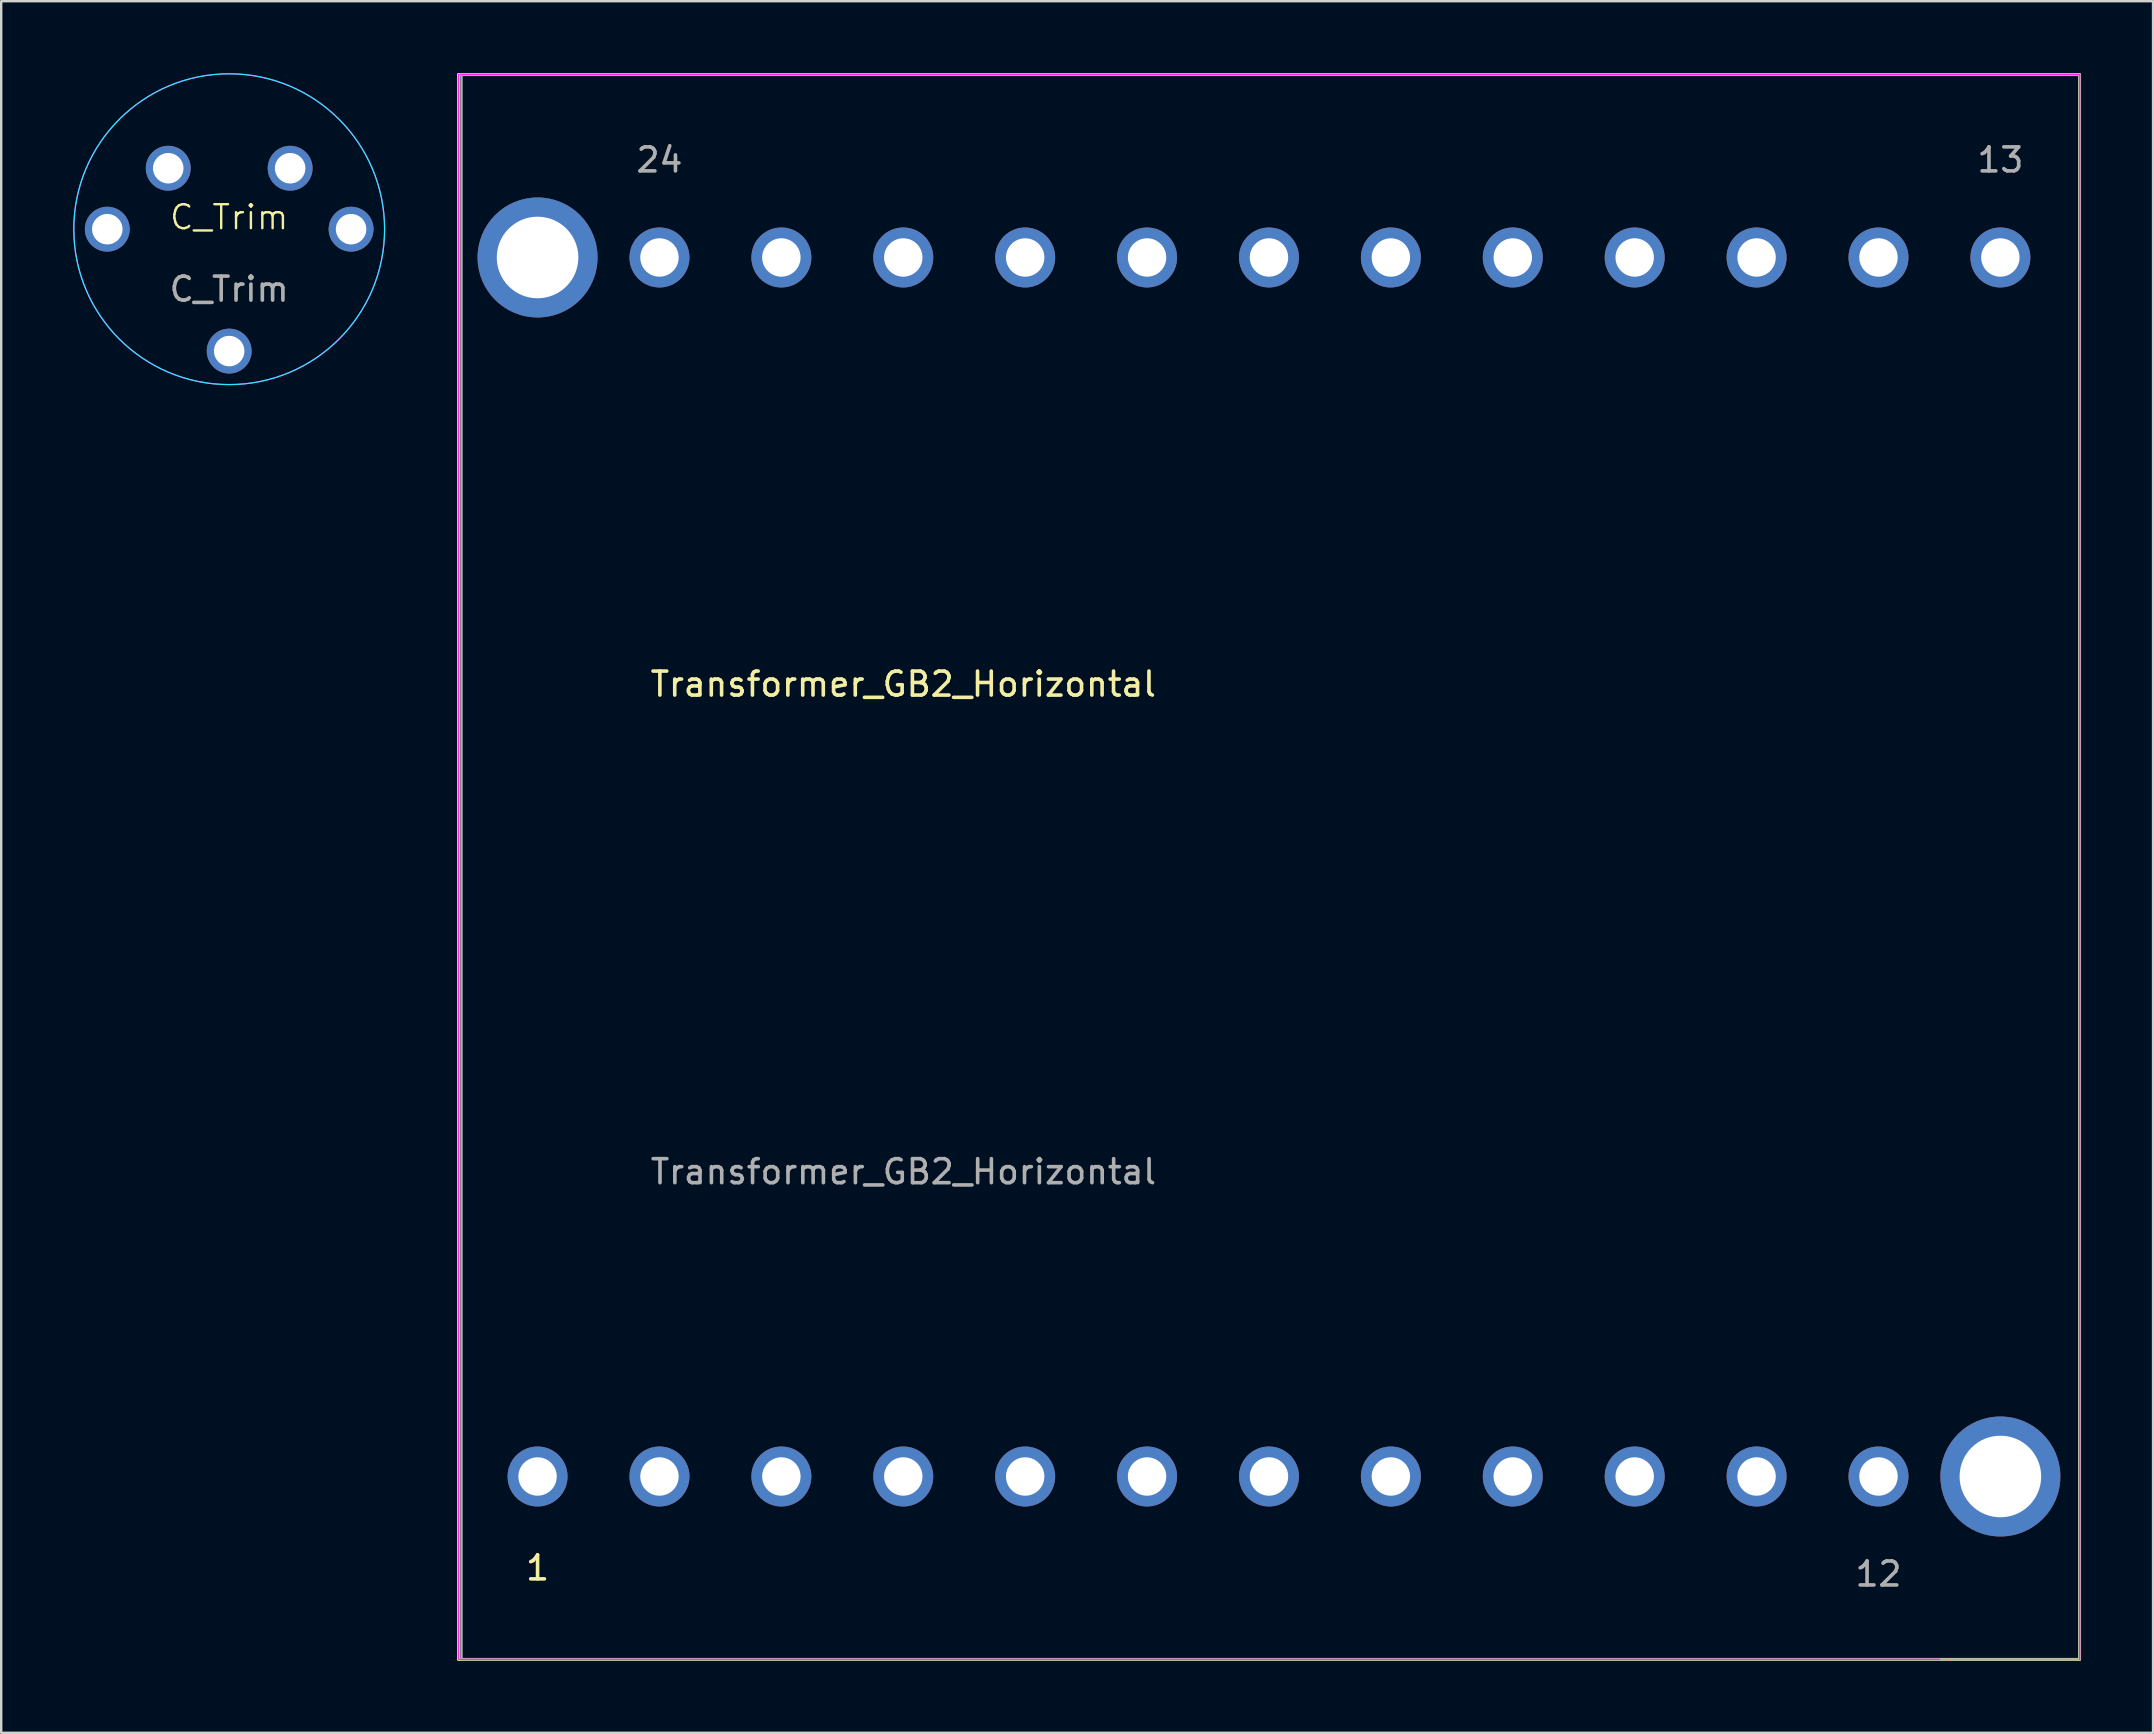
<source format=kicad_pcb>
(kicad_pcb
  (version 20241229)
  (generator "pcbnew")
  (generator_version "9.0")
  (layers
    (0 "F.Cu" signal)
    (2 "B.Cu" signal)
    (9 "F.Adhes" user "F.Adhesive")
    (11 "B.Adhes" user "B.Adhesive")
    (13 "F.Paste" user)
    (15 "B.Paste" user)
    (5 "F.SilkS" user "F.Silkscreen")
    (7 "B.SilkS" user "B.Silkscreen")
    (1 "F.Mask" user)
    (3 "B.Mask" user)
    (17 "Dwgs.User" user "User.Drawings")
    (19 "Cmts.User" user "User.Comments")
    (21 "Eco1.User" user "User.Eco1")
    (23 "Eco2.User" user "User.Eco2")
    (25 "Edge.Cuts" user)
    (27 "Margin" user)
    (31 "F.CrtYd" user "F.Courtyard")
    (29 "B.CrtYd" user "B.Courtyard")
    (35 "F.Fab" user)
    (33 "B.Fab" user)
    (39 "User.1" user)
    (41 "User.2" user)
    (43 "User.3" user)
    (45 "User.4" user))
  (footprint "Transformer_GB2_Horizontal"
    (layer "F.Cu")
    (at 19.352 58.48)
    (property "Reference" "Transformer_GB2_Horizontal" (at 15.24 -33.02 0) (layer "F.SilkS") (effects (font (size 1 1) (thickness 0.15))))
    (attr through_hole)
    (fp_line (start -3.29 -58.42) (end -3.29 7.62) (stroke (width 0.12) (type solid)) (layer "F.SilkS"))
    (fp_line (start -3.29 -58.42) (end 64.262 -58.42) (stroke (width 0.12) (type solid)) (layer "F.SilkS"))
    (fp_line (start 64.262 7.62) (end -3.29 7.62) (stroke (width 0.12) (type solid)) (layer "F.SilkS"))
    (fp_line (start 64.262 7.62) (end 64.262 -58.42) (stroke (width 0.12) (type solid)) (layer "F.SilkS"))
    (fp_line (start -3.29 -58.42) (end -3.29 7.62) (stroke (width 0.05) (type solid)) (layer "F.CrtYd"))
    (fp_line (start -3.29 -58.42) (end 64.262 -58.42) (stroke (width 0.05) (type solid)) (layer "F.CrtYd"))
    (fp_line (start 58.42 7.62) (end -3.29 7.62) (stroke (width 0.05) (type solid)) (layer "F.CrtYd"))
    (fp_line (start 64.262 7.62) (end 64.262 -58.42) (stroke (width 0.05) (type solid)) (layer "F.CrtYd"))
    (fp_line (start -3.17 -58.42) (end 64.262 -58.42) (stroke (width 0.1) (type solid)) (layer "F.Fab"))
    (fp_line (start -3.17 7.62) (end -3.17 -58.42) (stroke (width 0.1) (type solid)) (layer "F.Fab"))
    (fp_line (start 64.262 -58.42) (end 64.262 7.62) (stroke (width 0.1) (type solid)) (layer "F.Fab"))
    (fp_line (start 64.262 7.62) (end -3.17 7.62) (stroke (width 0.1) (type solid)) (layer "F.Fab"))
    (fp_text user "1" (at 0 3.81 0) (layer "F.SilkS") (effects (font (size 1 1) (thickness 0.15))))
    (fp_text user "24" (at 5.08 -54.864 0) (layer "F.Fab") (effects (font (size 1 1) (thickness 0.15))))
    (fp_text user "13" (at 60.96 -54.864 0) (layer "F.Fab") (effects (font (size 1 1) (thickness 0.15))))
    (fp_text user "${REFERENCE}" (at 15.245 -12.7 0) (layer "F.Fab") (effects (font (size 1 1) (thickness 0.15))))
    (fp_text user "12" (at 55.88 4.064 0) (layer "F.Fab") (effects (font (size 1 1) (thickness 0.15))))
    (pad "" np_thru_hole circle (at 0 -50.8) (size 5 5) (drill 3.4) (layers "*.Cu" "*.Mask"))
    (pad "" thru_hole circle (at 45.72 -50.8) (size 2.5 2.5) (drill 1.6) (layers "*.Cu" "*.Mask"))
    (pad "" thru_hole circle (at 50.8 -50.8) (size 2.5 2.5) (drill 1.6) (layers "*.Cu" "*.Mask"))
    (pad "" np_thru_hole circle (at 60.96 0) (size 5 5) (drill 3.4) (layers "*.Cu" "*.Mask"))
    (pad "1" thru_hole circle (at 0 0) (size 2.5 2.5) (drill 1.6) (layers "*.Cu" "*.Mask"))
    (pad "1" thru_hole circle (at 5.08 0) (size 2.5 2.5) (drill 1.6) (layers "*.Cu" "*.Mask"))
    (pad "1" thru_hole circle (at 10.16 0) (size 2.5 2.5) (drill 1.6) (layers "*.Cu" "*.Mask"))
    (pad "1" thru_hole circle (at 15.24 0) (size 2.5 2.5) (drill 1.6) (layers "*.Cu" "*.Mask"))
    (pad "1" thru_hole circle (at 20.32 0) (size 2.5 2.5) (drill 1.6) (layers "*.Cu" "*.Mask"))
    (pad "1" thru_hole circle (at 25.4 0) (size 2.5 2.5) (drill 1.6) (layers "*.Cu" "*.Mask"))
    (pad "2" thru_hole circle (at 30.48 0) (size 2.5 2.5) (drill 1.6) (layers "*.Cu" "*.Mask"))
    (pad "2" thru_hole circle (at 35.56 0) (size 2.5 2.5) (drill 1.6) (layers "*.Cu" "*.Mask"))
    (pad "2" thru_hole circle (at 40.64 0) (size 2.5 2.5) (drill 1.6) (layers "*.Cu" "*.Mask"))
    (pad "2" thru_hole circle (at 45.72 0) (size 2.5 2.5) (drill 1.6) (layers "*.Cu" "*.Mask"))
    (pad "2" thru_hole circle (at 50.8 0) (size 2.5 2.5) (drill 1.6) (layers "*.Cu" "*.Mask"))
    (pad "2" thru_hole circle (at 55.88 0) (size 2.5 2.5) (drill 1.6) (layers "*.Cu" "*.Mask"))
    (pad "3" thru_hole circle (at 5.08 -50.8) (size 2.5 2.5) (drill 1.6) (layers "*.Cu" "*.Mask"))
    (pad "3" thru_hole circle (at 10.16 -50.8) (size 2.5 2.5) (drill 1.6) (layers "*.Cu" "*.Mask"))
    (pad "3" thru_hole circle (at 15.24 -50.8) (size 2.5 2.5) (drill 1.6) (layers "*.Cu" "*.Mask"))
    (pad "3" thru_hole circle (at 20.32 -50.8) (size 2.5 2.5) (drill 1.6) (layers "*.Cu" "*.Mask"))
    (pad "4" thru_hole circle (at 25.4 -50.8) (size 2.5 2.5) (drill 1.6) (layers "*.Cu" "*.Mask"))
    (pad "4" thru_hole circle (at 30.48 -50.8) (size 2.5 2.5) (drill 1.6) (layers "*.Cu" "*.Mask"))
    (pad "4" thru_hole circle (at 35.56 -50.8) (size 2.5 2.5) (drill 1.6) (layers "*.Cu" "*.Mask"))
    (pad "4" thru_hole circle (at 40.64 -50.8) (size 2.5 2.5) (drill 1.6) (layers "*.Cu" "*.Mask"))
    (pad "5" thru_hole circle (at 55.88 -50.8) (size 2.5 2.5) (drill 1.6) (layers "*.Cu" "*.Mask"))
    (pad "6" thru_hole circle (at 60.96 -50.8) (size 2.5 2.5) (drill 1.6) (layers "*.Cu" "*.Mask")))
  (footprint "C_Trim"
    (layer "F.Cu")
    (at 6.501 6.501)
    (property "Reference" "C_Trim" (at 0 -0.5 0) (unlocked yes) (layer "F.SilkS") (effects (font (size 1 1) (thickness 0.1))))
    (attr through_hole)
    (fp_circle (center 0 0) (end 1.27 -6.35) (stroke (width 0.05) (type default)) (fill no) (layer "B.CrtYd"))
    (fp_circle (center 0 0) (end 1.27 -6.35) (stroke (width 0.05) (type default)) (fill no) (layer "F.CrtYd"))
    (fp_text user "${REFERENCE}" (at 0 2.5 0) (unlocked yes) (layer "F.Fab") (effects (font (size 1 1) (thickness 0.15))))
    (pad "1" thru_hole circle (at 0 5.08) (size 1.87 1.87) (drill 1.27) (layers "*.Cu" "*.Mask"))
    (pad "2" thru_hole circle (at -5.08 0) (size 1.87 1.87) (drill 1.27) (layers "*.Cu" "*.Mask"))
    (pad "2" thru_hole circle (at -2.54 -2.54) (size 1.87 1.87) (drill 1.27) (layers "*.Cu" "*.Mask"))
    (pad "2" thru_hole circle (at 2.54 -2.54) (size 1.87 1.87) (drill 1.27) (layers "*.Cu" "*.Mask"))
    (pad "2" thru_hole circle (at 5.08 0) (size 1.87 1.87) (drill 1.27) (layers "*.Cu" "*.Mask")))
  (gr_rect
    (start -3 -3)
    (end 86.674 69.16)
    (stroke (width 0.1) (type default))
    (fill no)
    (layer "Edge.Cuts")))
</source>
